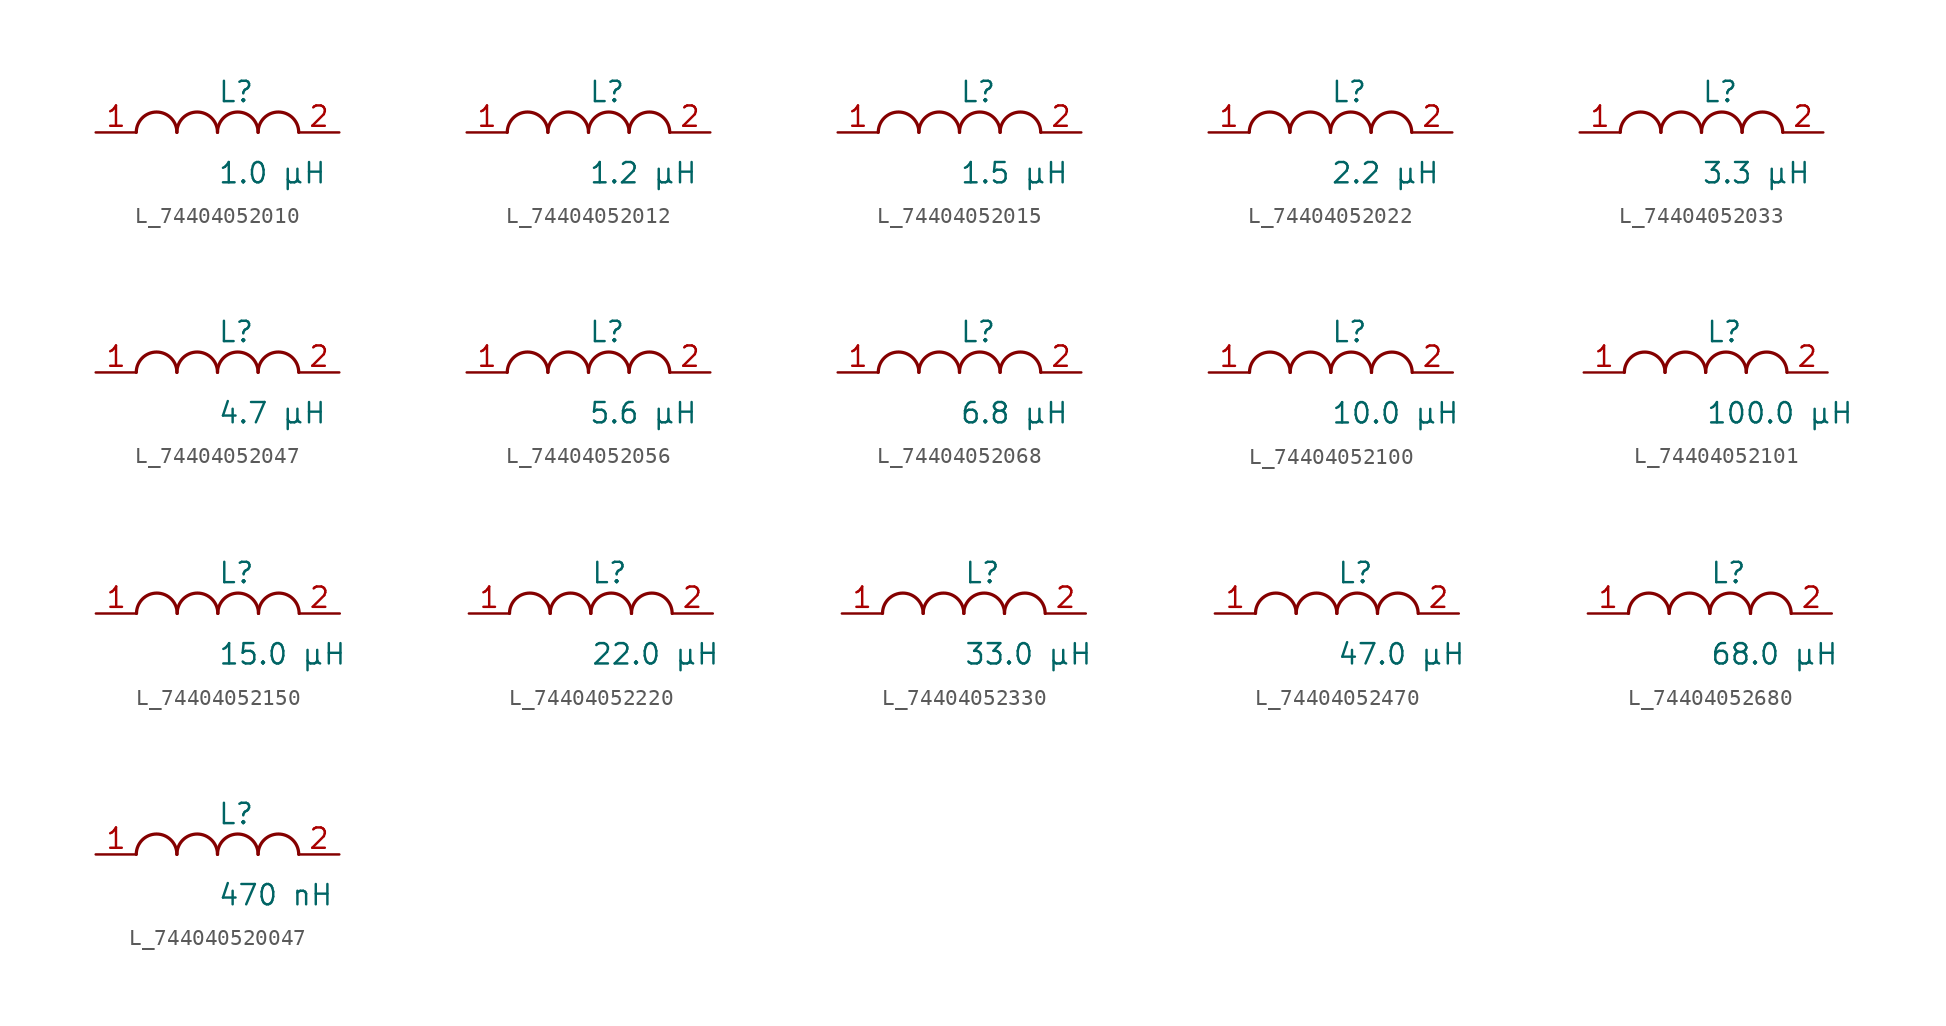
<source format=kicad_sym>
(kicad_symbol_lib
  (version 20231120)
  (generator kicad_symbol_editor)
  (generator_version 8.0)
  (symbol "L_74404052010"
    (pin_names
      (offset 0.254))
    (property "Reference" "L"
      (at 0 2.54 0)
      (effects (font (size 1.27 1.27)) (justify left)))
    (property "Value" "1.0 µH"
      (at 0 -2.54 0)
      (effects (font (size 1.27 1.27)) (justify left)))
    (symbol "L_74404052010_1_1"
      (arc (start -2.54 0.0056) (mid -3.81 1.27) (end -5.08 0.0056) (stroke (width 0.2032) (type default)) (fill (type none)))
      (arc (start 0 0.0056) (mid -1.27 1.27) (end -2.54 0.0056) (stroke (width 0.2032) (type default)) (fill (type none)))
      (arc (start 2.54 0.0056) (mid 1.27 1.27) (end 0 0.0056) (stroke (width 0.2032) (type default)) (fill (type none)))
      (arc (start 5.08 0.0056) (mid 3.81 1.27) (end 2.54 0.0056) (stroke (width 0.2032) (type default)) (fill (type none)))
      (pin unspecified line (at -7.62 0 0) (length 2.54) (name "" (effects (font (size 1.27 1.27)))) (number "1" (effects (font (size 1.27 1.27)))))
      (pin unspecified line (at 7.62 0 180) (length 2.54) (name "" (effects (font (size 1.27 1.27)))) (number "2" (effects (font (size 1.27 1.27)))))))
  (symbol "L_74404052012"
    (pin_names
      (offset 0.254))
    (property "Reference" "L"
      (at 0 2.54 0)
      (effects (font (size 1.27 1.27)) (justify left)))
    (property "Value" "1.2 µH"
      (at 0 -2.54 0)
      (effects (font (size 1.27 1.27)) (justify left)))
    (symbol "L_74404052012_1_1"
      (arc (start -2.54 0.0056) (mid -3.81 1.27) (end -5.08 0.0056) (stroke (width 0.2032) (type default)) (fill (type none)))
      (arc (start 0 0.0056) (mid -1.27 1.27) (end -2.54 0.0056) (stroke (width 0.2032) (type default)) (fill (type none)))
      (arc (start 2.54 0.0056) (mid 1.27 1.27) (end 0 0.0056) (stroke (width 0.2032) (type default)) (fill (type none)))
      (arc (start 5.08 0.0056) (mid 3.81 1.27) (end 2.54 0.0056) (stroke (width 0.2032) (type default)) (fill (type none)))
      (pin unspecified line (at -7.62 0 0) (length 2.54) (name "" (effects (font (size 1.27 1.27)))) (number "1" (effects (font (size 1.27 1.27)))))
      (pin unspecified line (at 7.62 0 180) (length 2.54) (name "" (effects (font (size 1.27 1.27)))) (number "2" (effects (font (size 1.27 1.27)))))))
  (symbol "L_74404052015"
    (pin_names
      (offset 0.254))
    (property "Reference" "L"
      (at 0 2.54 0)
      (effects (font (size 1.27 1.27)) (justify left)))
    (property "Value" "1.5 µH"
      (at 0 -2.54 0)
      (effects (font (size 1.27 1.27)) (justify left)))
    (symbol "L_74404052015_1_1"
      (arc (start -2.54 0.0056) (mid -3.81 1.27) (end -5.08 0.0056) (stroke (width 0.2032) (type default)) (fill (type none)))
      (arc (start 0 0.0056) (mid -1.27 1.27) (end -2.54 0.0056) (stroke (width 0.2032) (type default)) (fill (type none)))
      (arc (start 2.54 0.0056) (mid 1.27 1.27) (end 0 0.0056) (stroke (width 0.2032) (type default)) (fill (type none)))
      (arc (start 5.08 0.0056) (mid 3.81 1.27) (end 2.54 0.0056) (stroke (width 0.2032) (type default)) (fill (type none)))
      (pin unspecified line (at -7.62 0 0) (length 2.54) (name "" (effects (font (size 1.27 1.27)))) (number "1" (effects (font (size 1.27 1.27)))))
      (pin unspecified line (at 7.62 0 180) (length 2.54) (name "" (effects (font (size 1.27 1.27)))) (number "2" (effects (font (size 1.27 1.27)))))))
  (symbol "L_74404052022"
    (pin_names
      (offset 0.254))
    (property "Reference" "L"
      (at 0 2.54 0)
      (effects (font (size 1.27 1.27)) (justify left)))
    (property "Value" "2.2 µH"
      (at 0 -2.54 0)
      (effects (font (size 1.27 1.27)) (justify left)))
    (symbol "L_74404052022_1_1"
      (arc (start -2.54 0.0056) (mid -3.81 1.27) (end -5.08 0.0056) (stroke (width 0.2032) (type default)) (fill (type none)))
      (arc (start 0 0.0056) (mid -1.27 1.27) (end -2.54 0.0056) (stroke (width 0.2032) (type default)) (fill (type none)))
      (arc (start 2.54 0.0056) (mid 1.27 1.27) (end 0 0.0056) (stroke (width 0.2032) (type default)) (fill (type none)))
      (arc (start 5.08 0.0056) (mid 3.81 1.27) (end 2.54 0.0056) (stroke (width 0.2032) (type default)) (fill (type none)))
      (pin unspecified line (at -7.62 0 0) (length 2.54) (name "" (effects (font (size 1.27 1.27)))) (number "1" (effects (font (size 1.27 1.27)))))
      (pin unspecified line (at 7.62 0 180) (length 2.54) (name "" (effects (font (size 1.27 1.27)))) (number "2" (effects (font (size 1.27 1.27)))))))
  (symbol "L_74404052033"
    (pin_names
      (offset 0.254))
    (property "Reference" "L"
      (at 0 2.54 0)
      (effects (font (size 1.27 1.27)) (justify left)))
    (property "Value" "3.3 µH"
      (at 0 -2.54 0)
      (effects (font (size 1.27 1.27)) (justify left)))
    (symbol "L_74404052033_1_1"
      (arc (start -2.54 0.0056) (mid -3.81 1.27) (end -5.08 0.0056) (stroke (width 0.2032) (type default)) (fill (type none)))
      (arc (start 0 0.0056) (mid -1.27 1.27) (end -2.54 0.0056) (stroke (width 0.2032) (type default)) (fill (type none)))
      (arc (start 2.54 0.0056) (mid 1.27 1.27) (end 0 0.0056) (stroke (width 0.2032) (type default)) (fill (type none)))
      (arc (start 5.08 0.0056) (mid 3.81 1.27) (end 2.54 0.0056) (stroke (width 0.2032) (type default)) (fill (type none)))
      (pin unspecified line (at -7.62 0 0) (length 2.54) (name "" (effects (font (size 1.27 1.27)))) (number "1" (effects (font (size 1.27 1.27)))))
      (pin unspecified line (at 7.62 0 180) (length 2.54) (name "" (effects (font (size 1.27 1.27)))) (number "2" (effects (font (size 1.27 1.27)))))))
  (symbol "L_74404052047"
    (pin_names
      (offset 0.254))
    (property "Reference" "L"
      (at 0 2.54 0)
      (effects (font (size 1.27 1.27)) (justify left)))
    (property "Value" "4.7 µH"
      (at 0 -2.54 0)
      (effects (font (size 1.27 1.27)) (justify left)))
    (symbol "L_74404052047_1_1"
      (arc (start -2.54 0.0056) (mid -3.81 1.27) (end -5.08 0.0056) (stroke (width 0.2032) (type default)) (fill (type none)))
      (arc (start 0 0.0056) (mid -1.27 1.27) (end -2.54 0.0056) (stroke (width 0.2032) (type default)) (fill (type none)))
      (arc (start 2.54 0.0056) (mid 1.27 1.27) (end 0 0.0056) (stroke (width 0.2032) (type default)) (fill (type none)))
      (arc (start 5.08 0.0056) (mid 3.81 1.27) (end 2.54 0.0056) (stroke (width 0.2032) (type default)) (fill (type none)))
      (pin unspecified line (at -7.62 0 0) (length 2.54) (name "" (effects (font (size 1.27 1.27)))) (number "1" (effects (font (size 1.27 1.27)))))
      (pin unspecified line (at 7.62 0 180) (length 2.54) (name "" (effects (font (size 1.27 1.27)))) (number "2" (effects (font (size 1.27 1.27)))))))
  (symbol "L_74404052056"
    (pin_names
      (offset 0.254))
    (property "Reference" "L"
      (at 0 2.54 0)
      (effects (font (size 1.27 1.27)) (justify left)))
    (property "Value" "5.6 µH"
      (at 0 -2.54 0)
      (effects (font (size 1.27 1.27)) (justify left)))
    (symbol "L_74404052056_1_1"
      (arc (start -2.54 0.0056) (mid -3.81 1.27) (end -5.08 0.0056) (stroke (width 0.2032) (type default)) (fill (type none)))
      (arc (start 0 0.0056) (mid -1.27 1.27) (end -2.54 0.0056) (stroke (width 0.2032) (type default)) (fill (type none)))
      (arc (start 2.54 0.0056) (mid 1.27 1.27) (end 0 0.0056) (stroke (width 0.2032) (type default)) (fill (type none)))
      (arc (start 5.08 0.0056) (mid 3.81 1.27) (end 2.54 0.0056) (stroke (width 0.2032) (type default)) (fill (type none)))
      (pin unspecified line (at -7.62 0 0) (length 2.54) (name "" (effects (font (size 1.27 1.27)))) (number "1" (effects (font (size 1.27 1.27)))))
      (pin unspecified line (at 7.62 0 180) (length 2.54) (name "" (effects (font (size 1.27 1.27)))) (number "2" (effects (font (size 1.27 1.27)))))))
  (symbol "L_74404052068"
    (pin_names
      (offset 0.254))
    (property "Reference" "L"
      (at 0 2.54 0)
      (effects (font (size 1.27 1.27)) (justify left)))
    (property "Value" "6.8 µH"
      (at 0 -2.54 0)
      (effects (font (size 1.27 1.27)) (justify left)))
    (symbol "L_74404052068_1_1"
      (arc (start -2.54 0.0056) (mid -3.81 1.27) (end -5.08 0.0056) (stroke (width 0.2032) (type default)) (fill (type none)))
      (arc (start 0 0.0056) (mid -1.27 1.27) (end -2.54 0.0056) (stroke (width 0.2032) (type default)) (fill (type none)))
      (arc (start 2.54 0.0056) (mid 1.27 1.27) (end 0 0.0056) (stroke (width 0.2032) (type default)) (fill (type none)))
      (arc (start 5.08 0.0056) (mid 3.81 1.27) (end 2.54 0.0056) (stroke (width 0.2032) (type default)) (fill (type none)))
      (pin unspecified line (at -7.62 0 0) (length 2.54) (name "" (effects (font (size 1.27 1.27)))) (number "1" (effects (font (size 1.27 1.27)))))
      (pin unspecified line (at 7.62 0 180) (length 2.54) (name "" (effects (font (size 1.27 1.27)))) (number "2" (effects (font (size 1.27 1.27)))))))
  (symbol "L_74404052100"
    (pin_names
      (offset 0.254))
    (property "Reference" "L"
      (at 0 2.54 0)
      (effects (font (size 1.27 1.27)) (justify left)))
    (property "Value" "10.0 µH"
      (at 0 -2.54 0)
      (effects (font (size 1.27 1.27)) (justify left)))
    (symbol "L_74404052100_1_1"
      (arc (start -2.54 0.0056) (mid -3.81 1.27) (end -5.08 0.0056) (stroke (width 0.2032) (type default)) (fill (type none)))
      (arc (start 0 0.0056) (mid -1.27 1.27) (end -2.54 0.0056) (stroke (width 0.2032) (type default)) (fill (type none)))
      (arc (start 2.54 0.0056) (mid 1.27 1.27) (end 0 0.0056) (stroke (width 0.2032) (type default)) (fill (type none)))
      (arc (start 5.08 0.0056) (mid 3.81 1.27) (end 2.54 0.0056) (stroke (width 0.2032) (type default)) (fill (type none)))
      (pin unspecified line (at -7.62 0 0) (length 2.54) (name "" (effects (font (size 1.27 1.27)))) (number "1" (effects (font (size 1.27 1.27)))))
      (pin unspecified line (at 7.62 0 180) (length 2.54) (name "" (effects (font (size 1.27 1.27)))) (number "2" (effects (font (size 1.27 1.27)))))))
  (symbol "L_74404052101"
    (pin_names
      (offset 0.254))
    (property "Reference" "L"
      (at 0 2.54 0)
      (effects (font (size 1.27 1.27)) (justify left)))
    (property "Value" "100.0 µH"
      (at 0 -2.54 0)
      (effects (font (size 1.27 1.27)) (justify left)))
    (symbol "L_74404052101_1_1"
      (arc (start -2.54 0.0056) (mid -3.81 1.27) (end -5.08 0.0056) (stroke (width 0.2032) (type default)) (fill (type none)))
      (arc (start 0 0.0056) (mid -1.27 1.27) (end -2.54 0.0056) (stroke (width 0.2032) (type default)) (fill (type none)))
      (arc (start 2.54 0.0056) (mid 1.27 1.27) (end 0 0.0056) (stroke (width 0.2032) (type default)) (fill (type none)))
      (arc (start 5.08 0.0056) (mid 3.81 1.27) (end 2.54 0.0056) (stroke (width 0.2032) (type default)) (fill (type none)))
      (pin unspecified line (at -7.62 0 0) (length 2.54) (name "" (effects (font (size 1.27 1.27)))) (number "1" (effects (font (size 1.27 1.27)))))
      (pin unspecified line (at 7.62 0 180) (length 2.54) (name "" (effects (font (size 1.27 1.27)))) (number "2" (effects (font (size 1.27 1.27)))))))
  (symbol "L_74404052150"
    (pin_names
      (offset 0.254))
    (property "Reference" "L"
      (at 0 2.54 0)
      (effects (font (size 1.27 1.27)) (justify left)))
    (property "Value" "15.0 µH"
      (at 0 -2.54 0)
      (effects (font (size 1.27 1.27)) (justify left)))
    (symbol "L_74404052150_1_1"
      (arc (start -2.54 0.0056) (mid -3.81 1.27) (end -5.08 0.0056) (stroke (width 0.2032) (type default)) (fill (type none)))
      (arc (start 0 0.0056) (mid -1.27 1.27) (end -2.54 0.0056) (stroke (width 0.2032) (type default)) (fill (type none)))
      (arc (start 2.54 0.0056) (mid 1.27 1.27) (end 0 0.0056) (stroke (width 0.2032) (type default)) (fill (type none)))
      (arc (start 5.08 0.0056) (mid 3.81 1.27) (end 2.54 0.0056) (stroke (width 0.2032) (type default)) (fill (type none)))
      (pin unspecified line (at -7.62 0 0) (length 2.54) (name "" (effects (font (size 1.27 1.27)))) (number "1" (effects (font (size 1.27 1.27)))))
      (pin unspecified line (at 7.62 0 180) (length 2.54) (name "" (effects (font (size 1.27 1.27)))) (number "2" (effects (font (size 1.27 1.27)))))))
  (symbol "L_74404052220"
    (pin_names
      (offset 0.254))
    (property "Reference" "L"
      (at 0 2.54 0)
      (effects (font (size 1.27 1.27)) (justify left)))
    (property "Value" "22.0 µH"
      (at 0 -2.54 0)
      (effects (font (size 1.27 1.27)) (justify left)))
    (symbol "L_74404052220_1_1"
      (arc (start -2.54 0.0056) (mid -3.81 1.27) (end -5.08 0.0056) (stroke (width 0.2032) (type default)) (fill (type none)))
      (arc (start 0 0.0056) (mid -1.27 1.27) (end -2.54 0.0056) (stroke (width 0.2032) (type default)) (fill (type none)))
      (arc (start 2.54 0.0056) (mid 1.27 1.27) (end 0 0.0056) (stroke (width 0.2032) (type default)) (fill (type none)))
      (arc (start 5.08 0.0056) (mid 3.81 1.27) (end 2.54 0.0056) (stroke (width 0.2032) (type default)) (fill (type none)))
      (pin unspecified line (at -7.62 0 0) (length 2.54) (name "" (effects (font (size 1.27 1.27)))) (number "1" (effects (font (size 1.27 1.27)))))
      (pin unspecified line (at 7.62 0 180) (length 2.54) (name "" (effects (font (size 1.27 1.27)))) (number "2" (effects (font (size 1.27 1.27)))))))
  (symbol "L_74404052330"
    (pin_names
      (offset 0.254))
    (property "Reference" "L"
      (at 0 2.54 0)
      (effects (font (size 1.27 1.27)) (justify left)))
    (property "Value" "33.0 µH"
      (at 0 -2.54 0)
      (effects (font (size 1.27 1.27)) (justify left)))
    (symbol "L_74404052330_1_1"
      (arc (start -2.54 0.0056) (mid -3.81 1.27) (end -5.08 0.0056) (stroke (width 0.2032) (type default)) (fill (type none)))
      (arc (start 0 0.0056) (mid -1.27 1.27) (end -2.54 0.0056) (stroke (width 0.2032) (type default)) (fill (type none)))
      (arc (start 2.54 0.0056) (mid 1.27 1.27) (end 0 0.0056) (stroke (width 0.2032) (type default)) (fill (type none)))
      (arc (start 5.08 0.0056) (mid 3.81 1.27) (end 2.54 0.0056) (stroke (width 0.2032) (type default)) (fill (type none)))
      (pin unspecified line (at -7.62 0 0) (length 2.54) (name "" (effects (font (size 1.27 1.27)))) (number "1" (effects (font (size 1.27 1.27)))))
      (pin unspecified line (at 7.62 0 180) (length 2.54) (name "" (effects (font (size 1.27 1.27)))) (number "2" (effects (font (size 1.27 1.27)))))))
  (symbol "L_74404052470"
    (pin_names
      (offset 0.254))
    (property "Reference" "L"
      (at 0 2.54 0)
      (effects (font (size 1.27 1.27)) (justify left)))
    (property "Value" "47.0 µH"
      (at 0 -2.54 0)
      (effects (font (size 1.27 1.27)) (justify left)))
    (symbol "L_74404052470_1_1"
      (arc (start -2.54 0.0056) (mid -3.81 1.27) (end -5.08 0.0056) (stroke (width 0.2032) (type default)) (fill (type none)))
      (arc (start 0 0.0056) (mid -1.27 1.27) (end -2.54 0.0056) (stroke (width 0.2032) (type default)) (fill (type none)))
      (arc (start 2.54 0.0056) (mid 1.27 1.27) (end 0 0.0056) (stroke (width 0.2032) (type default)) (fill (type none)))
      (arc (start 5.08 0.0056) (mid 3.81 1.27) (end 2.54 0.0056) (stroke (width 0.2032) (type default)) (fill (type none)))
      (pin unspecified line (at -7.62 0 0) (length 2.54) (name "" (effects (font (size 1.27 1.27)))) (number "1" (effects (font (size 1.27 1.27)))))
      (pin unspecified line (at 7.62 0 180) (length 2.54) (name "" (effects (font (size 1.27 1.27)))) (number "2" (effects (font (size 1.27 1.27)))))))
  (symbol "L_74404052680"
    (pin_names
      (offset 0.254))
    (property "Reference" "L"
      (at 0 2.54 0)
      (effects (font (size 1.27 1.27)) (justify left)))
    (property "Value" "68.0 µH"
      (at 0 -2.54 0)
      (effects (font (size 1.27 1.27)) (justify left)))
    (symbol "L_74404052680_1_1"
      (arc (start -2.54 0.0056) (mid -3.81 1.27) (end -5.08 0.0056) (stroke (width 0.2032) (type default)) (fill (type none)))
      (arc (start 0 0.0056) (mid -1.27 1.27) (end -2.54 0.0056) (stroke (width 0.2032) (type default)) (fill (type none)))
      (arc (start 2.54 0.0056) (mid 1.27 1.27) (end 0 0.0056) (stroke (width 0.2032) (type default)) (fill (type none)))
      (arc (start 5.08 0.0056) (mid 3.81 1.27) (end 2.54 0.0056) (stroke (width 0.2032) (type default)) (fill (type none)))
      (pin unspecified line (at -7.62 0 0) (length 2.54) (name "" (effects (font (size 1.27 1.27)))) (number "1" (effects (font (size 1.27 1.27)))))
      (pin unspecified line (at 7.62 0 180) (length 2.54) (name "" (effects (font (size 1.27 1.27)))) (number "2" (effects (font (size 1.27 1.27)))))))
  (symbol "L_744040520047"
    (pin_names
      (offset 0.254))
    (property "Reference" "L"
      (at 0 2.54 0)
      (effects (font (size 1.27 1.27)) (justify left)))
    (property "Value" "470 nH"
      (at 0 -2.54 0)
      (effects (font (size 1.27 1.27)) (justify left)))
    (symbol "L_744040520047_1_1"
      (arc (start -2.54 0.0056) (mid -3.81 1.27) (end -5.08 0.0056) (stroke (width 0.2032) (type default)) (fill (type none)))
      (arc (start 0 0.0056) (mid -1.27 1.27) (end -2.54 0.0056) (stroke (width 0.2032) (type default)) (fill (type none)))
      (arc (start 2.54 0.0056) (mid 1.27 1.27) (end 0 0.0056) (stroke (width 0.2032) (type default)) (fill (type none)))
      (arc (start 5.08 0.0056) (mid 3.81 1.27) (end 2.54 0.0056) (stroke (width 0.2032) (type default)) (fill (type none)))
      (pin unspecified line (at -7.62 0 0) (length 2.54) (name "" (effects (font (size 1.27 1.27)))) (number "1" (effects (font (size 1.27 1.27)))))
      (pin unspecified line (at 7.62 0 180) (length 2.54) (name "" (effects (font (size 1.27 1.27)))) (number "2" (effects (font (size 1.27 1.27))))))))
</source>
